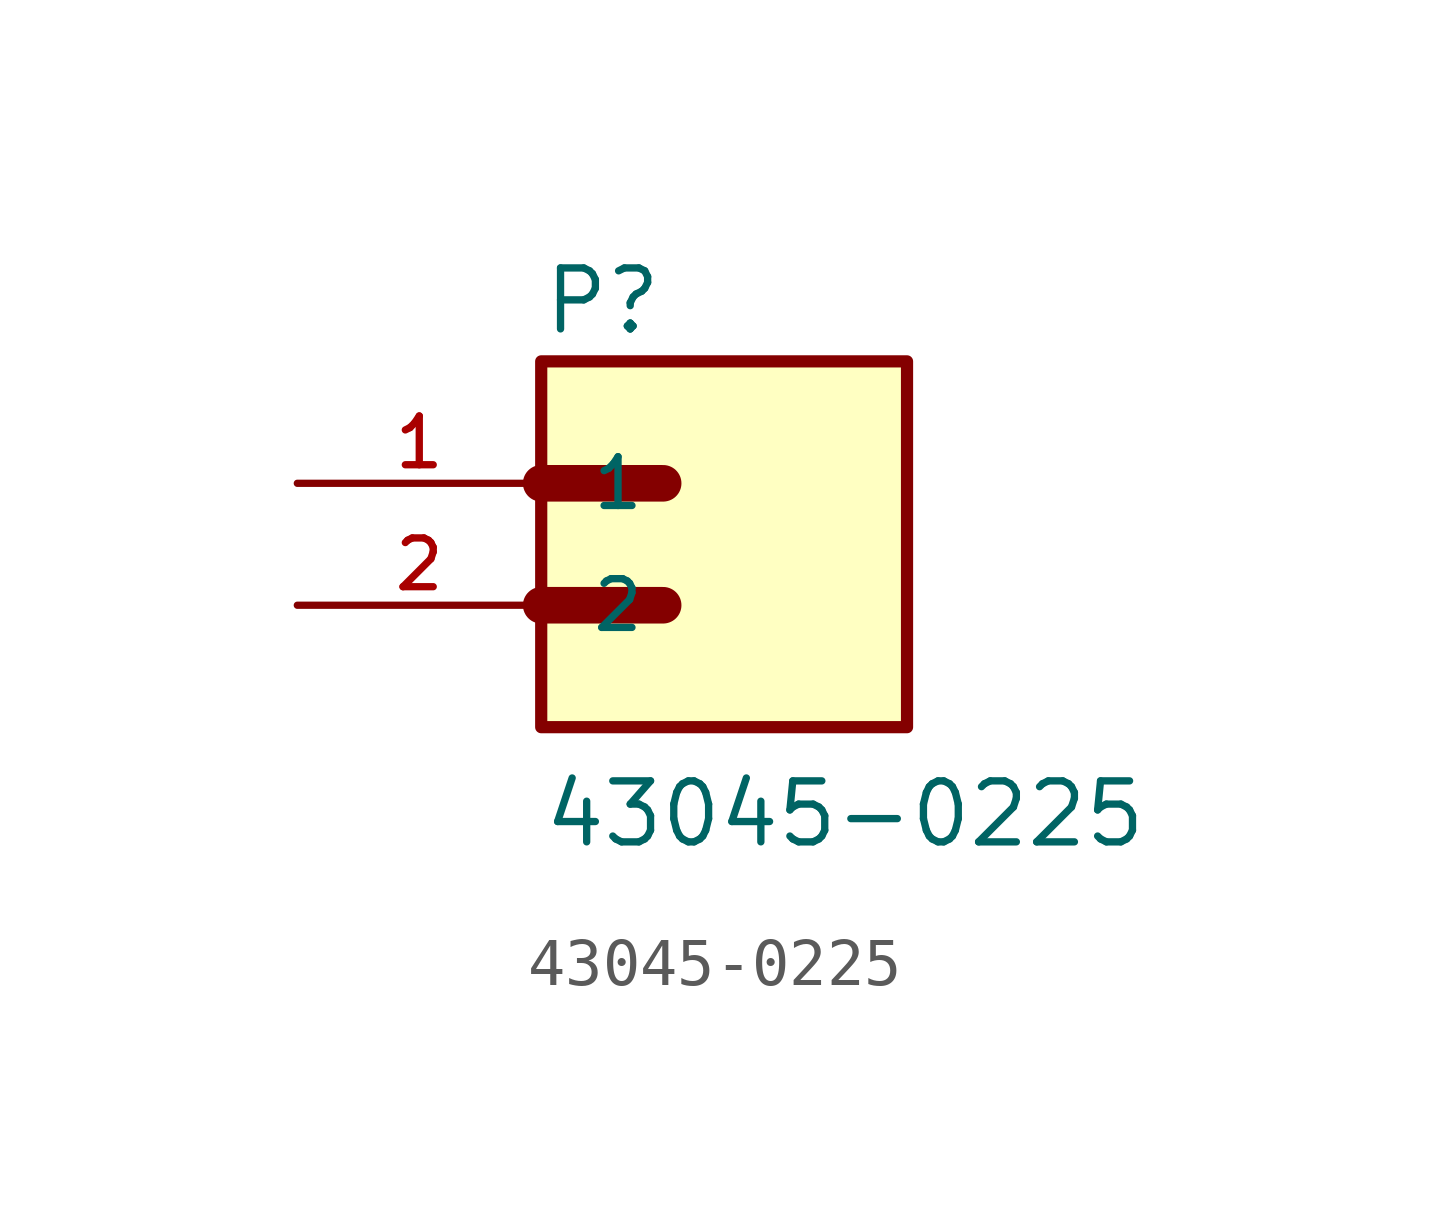
<source format=kicad_sym>
(kicad_symbol_lib
  (version 20211014)
  (generator kicad_symbol_editor)
  (symbol "43045-0225"
    (pin_names
      (offset 1.016))
    (property "Reference" "P"
      (at 0.0 3.053 0)
      (effects (font (size 1.27 1.27)) (justify bottom left)))
    (property "Value" "43045-0225"
      (at 0.0 -7.632 0)
      (effects (font (size 1.27 1.27)) (justify bottom left)))
    (symbol "43045-0225_0_0"
      (polyline (pts (xy 0.0 0.0) (xy 2.54 0.0)) (stroke (width 0.762)))
      (polyline (pts (xy 0.0 -2.54) (xy 2.54 -2.54)) (stroke (width 0.762)))
      (rectangle (start 0.0 -5.08) (end 7.62 2.54) (stroke (width 0.254)) (fill (type background)))
      (pin passive line (at -5.08 0.0 0) (length 5.08) (name "1" (effects (font (size 1.016 1.016)))) (number "1" (effects (font (size 1.016 1.016)))))
      (pin passive line (at -5.08 -2.54 0) (length 5.08) (name "2" (effects (font (size 1.016 1.016)))) (number "2" (effects (font (size 1.016 1.016))))))))
</source>
